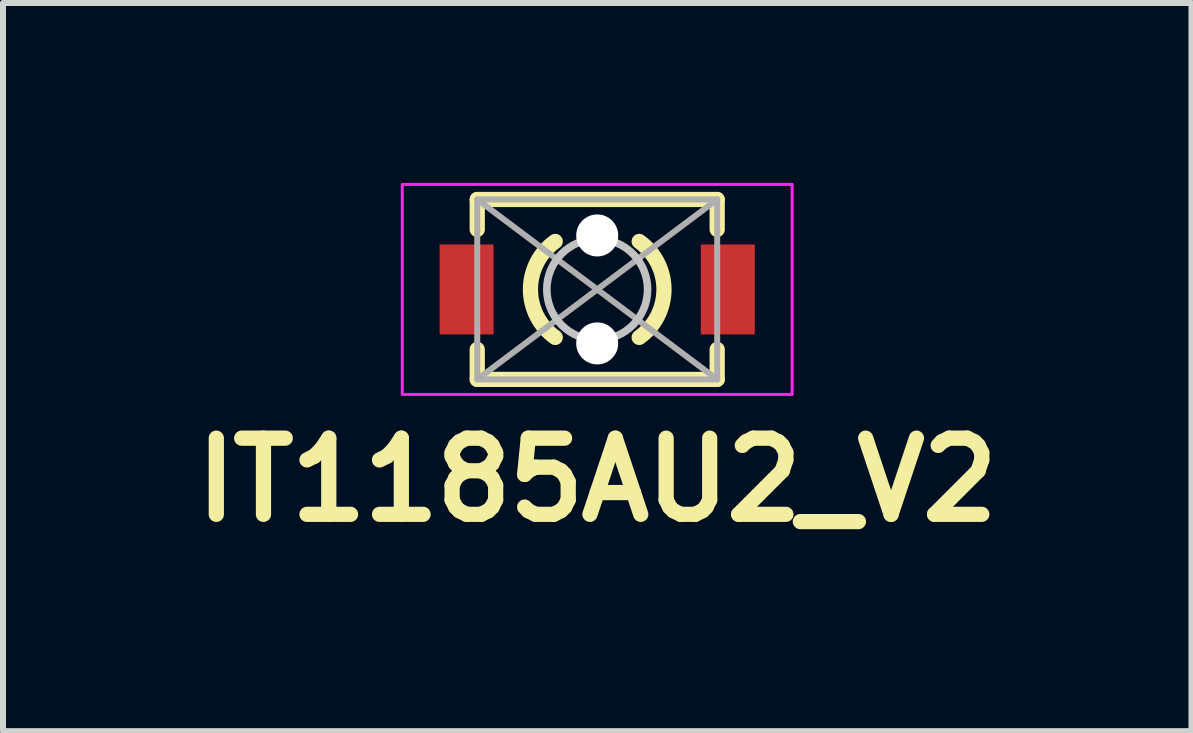
<source format=kicad_pcb>
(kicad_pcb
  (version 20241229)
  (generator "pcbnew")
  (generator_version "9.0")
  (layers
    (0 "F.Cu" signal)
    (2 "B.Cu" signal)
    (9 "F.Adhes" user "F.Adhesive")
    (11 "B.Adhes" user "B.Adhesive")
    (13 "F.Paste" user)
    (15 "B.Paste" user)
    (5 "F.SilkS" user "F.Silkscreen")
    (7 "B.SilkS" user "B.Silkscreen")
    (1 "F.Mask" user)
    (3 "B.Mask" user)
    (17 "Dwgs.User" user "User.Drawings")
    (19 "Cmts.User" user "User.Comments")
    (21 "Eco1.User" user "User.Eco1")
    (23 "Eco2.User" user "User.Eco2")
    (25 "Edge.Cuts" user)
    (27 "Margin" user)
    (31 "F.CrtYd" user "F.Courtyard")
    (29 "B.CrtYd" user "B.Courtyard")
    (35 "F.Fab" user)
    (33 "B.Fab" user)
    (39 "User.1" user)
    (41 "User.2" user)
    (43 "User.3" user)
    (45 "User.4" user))
  (footprint "IT1185AU2_V2"
    (layer "F.Cu")
    (at 6.906 1.775)
    (property "Reference" "IT1185AU2_V2" (at 0 3.175 180) (layer "F.SilkS") (effects (font (size 1.27 1.27) (thickness 0.254))))
    (attr smd)
    (fp_line (start -2 -1.5) (end 2 -1.5) (stroke (width 0.254) (type solid)) (layer "F.SilkS"))
    (fp_line (start -2 -1.498) (end -2 -1) (stroke (width 0.254) (type solid)) (layer "F.SilkS"))
    (fp_line (start -2 1) (end -2 1.498) (stroke (width 0.254) (type solid)) (layer "F.SilkS"))
    (fp_line (start -2 1.5) (end 2 1.5) (stroke (width 0.254) (type solid)) (layer "F.SilkS"))
    (fp_line (start 2 -1.497) (end 2 -1) (stroke (width 0.254) (type solid)) (layer "F.SilkS"))
    (fp_line (start 2 1) (end 2 1.498) (stroke (width 0.254) (type solid)) (layer "F.SilkS"))
    (fp_arc (start -0.7 0.8) (mid -1.112903 0) (end -0.7 -0.8) (stroke (width 0.254) (type default)) (layer "F.SilkS"))
    (fp_arc (start 0.7 -0.8) (mid 1.112903 0) (end 0.7 0.8) (stroke (width 0.254) (type default)) (layer "F.SilkS"))
    (fp_circle (center 0 0) (end 0.84 0) (stroke (width 0.127) (type solid)) (fill no) (layer "Dwgs.User"))
    (fp_rect (start -3.25 -1.75) (end 3.25 1.75) (stroke (width 0.05) (type default)) (fill no) (layer "F.CrtYd"))
    (fp_line (start -2 -1.5) (end 2 1.5) (stroke (width 0.1) (type default)) (layer "F.Fab"))
    (fp_line (start 2 -1.5) (end -2 1.5) (stroke (width 0.1) (type default)) (layer "F.Fab"))
    (fp_rect (start -2 -1.5) (end 2 1.5) (stroke (width 0.1) (type default)) (fill no) (layer "F.Fab"))
    (pad "" smd rect (at -2.39 0) (size 1.327 1.754) (layers "F.Paste"))
    (pad "" np_thru_hole circle (at 0 -0.9) (size 0.7 0.7) (drill 0.7) (layers "*.Cu" "*.Mask"))
    (pad "" np_thru_hole circle (at 0 0.9) (size 0.7 0.7) (drill 0.7) (layers "*.Cu" "*.Mask"))
    (pad "" smd rect (at 2.39 0) (size 1.327 1.754) (layers "F.Paste"))
    (pad "1" smd rect (at -2.177 0) (size 0.9 1.5) (layers "F.Cu" "F.Mask"))
    (pad "2" smd rect (at 2.177 0) (size 0.9 1.5) (layers "F.Cu" "F.Mask")))
  (gr_rect
    (start -3 -3)
    (end 16.813 9.139)
    (stroke (width 0.1) (type default))
    (fill no)
    (layer "Edge.Cuts")))
</source>
